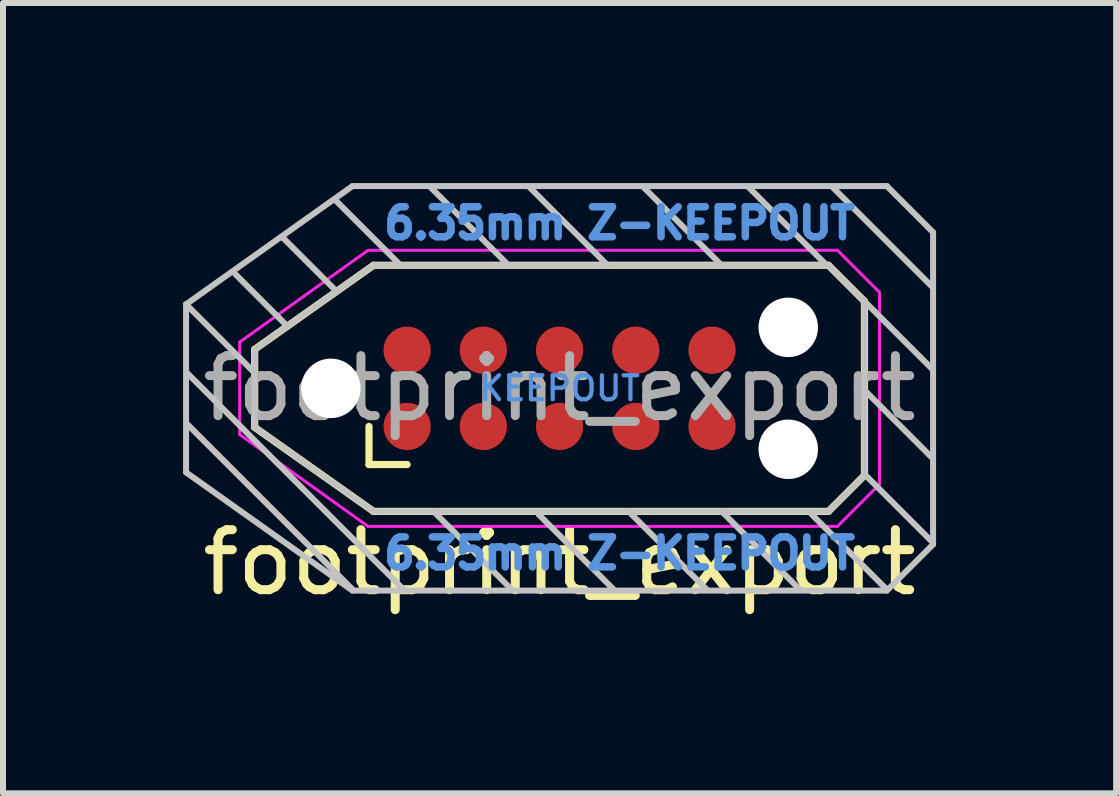
<source format=kicad_pcb>
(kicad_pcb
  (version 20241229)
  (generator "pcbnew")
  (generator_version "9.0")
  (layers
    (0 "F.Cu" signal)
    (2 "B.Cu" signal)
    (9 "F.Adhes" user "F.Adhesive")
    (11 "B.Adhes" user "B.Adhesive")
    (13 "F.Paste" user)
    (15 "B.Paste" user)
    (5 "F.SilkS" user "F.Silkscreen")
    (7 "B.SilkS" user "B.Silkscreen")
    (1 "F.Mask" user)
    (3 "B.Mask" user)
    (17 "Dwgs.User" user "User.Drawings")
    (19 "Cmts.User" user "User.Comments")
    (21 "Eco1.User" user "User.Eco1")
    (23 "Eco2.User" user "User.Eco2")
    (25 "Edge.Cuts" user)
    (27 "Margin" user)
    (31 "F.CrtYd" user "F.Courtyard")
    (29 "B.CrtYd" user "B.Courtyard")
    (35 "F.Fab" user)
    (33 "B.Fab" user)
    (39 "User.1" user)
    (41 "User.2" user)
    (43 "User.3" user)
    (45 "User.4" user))
  (footprint "footprint_export"
    (layer "F.Cu")
    (at 6.273 3.42)
    (property "Reference" "footprint_export" (at 0 2.9 0) (layer "F.SilkS") (effects (font (size 1 1) (thickness 0.15))))
    (attr exclude_from_pos_files exclude_from_bom)
    (fp_line (start -5.08 -0.65) (end -3.1 -2.05) (stroke (width 0.12) (type solid)) (layer "F.SilkS"))
    (fp_line (start -5.08 0.65) (end -5.08 -0.65) (stroke (width 0.12) (type solid)) (layer "F.SilkS"))
    (fp_line (start -3.175 1.27) (end -3.175 0.635) (stroke (width 0.12) (type solid)) (layer "F.SilkS"))
    (fp_line (start -3.1 -2.05) (end 4.48 -2.05) (stroke (width 0.12) (type solid)) (layer "F.SilkS"))
    (fp_line (start -3.1 2.05) (end -5.08 0.65) (stroke (width 0.12) (type solid)) (layer "F.SilkS"))
    (fp_line (start -2.54 1.27) (end -3.175 1.27) (stroke (width 0.12) (type solid)) (layer "F.SilkS"))
    (fp_line (start 4.48 -2.05) (end 5.08 -1.45) (stroke (width 0.12) (type solid)) (layer "F.SilkS"))
    (fp_line (start 4.48 2.05) (end -3.1 2.05) (stroke (width 0.12) (type solid)) (layer "F.SilkS"))
    (fp_line (start 4.48 2.05) (end 5.08 1.45) (stroke (width 0.12) (type solid)) (layer "F.SilkS"))
    (fp_line (start 5.08 -1.45) (end 5.08 1.45) (stroke (width 0.12) (type solid)) (layer "F.SilkS"))
    (fp_line (start -6.223 -1.4) (end -5.1 -0.277) (stroke (width 0.1) (type solid)) (layer "Dwgs.User"))
    (fp_line (start -6.223 -1.4) (end -3.45 -3.37) (stroke (width 0.1) (type solid)) (layer "Dwgs.User"))
    (fp_line (start -6.223 1.4) (end -6.223 -1.4) (stroke (width 0.1) (type solid)) (layer "Dwgs.User"))
    (fp_line (start -6.223 1.4) (end -3.45 3.37) (stroke (width 0.1) (type solid)) (layer "Dwgs.User"))
    (fp_line (start -6.2 -0.25) (end -2.6 3.35) (stroke (width 0.1) (type solid)) (layer "Dwgs.User"))
    (fp_line (start -6.2 0.6) (end -3.45 3.35) (stroke (width 0.1) (type solid)) (layer "Dwgs.User"))
    (fp_line (start -5.4 -1.9) (end -4.55 -1.05) (stroke (width 0.1) (type solid)) (layer "Dwgs.User"))
    (fp_line (start -5.08 -0.65) (end -3.1 -2.05) (stroke (width 0.1) (type solid)) (layer "Dwgs.User"))
    (fp_line (start -5.08 0.65) (end -5.08 -0.65) (stroke (width 0.1) (type solid)) (layer "Dwgs.User"))
    (fp_line (start -4.6 -2.5) (end -3.75 -1.65) (stroke (width 0.1) (type solid)) (layer "Dwgs.User"))
    (fp_line (start -3.75 -3.15) (end -2.65 -2.05) (stroke (width 0.1) (type solid)) (layer "Dwgs.User"))
    (fp_line (start -3.45 -3.37) (end 5.453 -3.37) (stroke (width 0.1) (type solid)) (layer "Dwgs.User"))
    (fp_line (start -3.1 -2.05) (end 4.48 -2.05) (stroke (width 0.1) (type solid)) (layer "Dwgs.User"))
    (fp_line (start -3.1 2.05) (end -5.08 0.65) (stroke (width 0.1) (type solid)) (layer "Dwgs.User"))
    (fp_line (start -2.15 -3.35) (end -0.85 -2.05) (stroke (width 0.1) (type solid)) (layer "Dwgs.User"))
    (fp_line (start -2.1 2.05) (end -0.8 3.35) (stroke (width 0.1) (type solid)) (layer "Dwgs.User"))
    (fp_line (start -0.5 -3.35) (end 0.8 -2.05) (stroke (width 0.1) (type solid)) (layer "Dwgs.User"))
    (fp_line (start -0.35 2.1) (end 0.9 3.35) (stroke (width 0.1) (type solid)) (layer "Dwgs.User"))
    (fp_line (start 1.15 2.05) (end 2.45 3.35) (stroke (width 0.1) (type solid)) (layer "Dwgs.User"))
    (fp_line (start 1.4 -3.35) (end 2.7 -2.05) (stroke (width 0.1) (type solid)) (layer "Dwgs.User"))
    (fp_line (start 2.7 2.05) (end 4 3.35) (stroke (width 0.1) (type solid)) (layer "Dwgs.User"))
    (fp_line (start 3.15 -3.35) (end 4.4 -2.1) (stroke (width 0.1) (type solid)) (layer "Dwgs.User"))
    (fp_line (start 4.2 2.1) (end 5.45 3.35) (stroke (width 0.1) (type solid)) (layer "Dwgs.User"))
    (fp_line (start 4.4 -2.1) (end 4.45 -2.05) (stroke (width 0.1) (type solid)) (layer "Dwgs.User"))
    (fp_line (start 4.48 -2.05) (end 5.08 -1.45) (stroke (width 0.1) (type solid)) (layer "Dwgs.User"))
    (fp_line (start 4.48 2.05) (end -3.1 2.05) (stroke (width 0.1) (type solid)) (layer "Dwgs.User"))
    (fp_line (start 4.48 2.05) (end 5.08 1.45) (stroke (width 0.1) (type solid)) (layer "Dwgs.User"))
    (fp_line (start 4.55 -3.35) (end 6.2 -1.7) (stroke (width 0.1) (type solid)) (layer "Dwgs.User"))
    (fp_line (start 5.08 -1.45) (end 5.08 1.45) (stroke (width 0.1) (type solid)) (layer "Dwgs.User"))
    (fp_line (start 5.08 -1.45) (end 6.2 -0.33) (stroke (width 0.1) (type solid)) (layer "Dwgs.User"))
    (fp_line (start 5.1 0.05) (end 6.2 1.15) (stroke (width 0.1) (type solid)) (layer "Dwgs.User"))
    (fp_line (start 5.1 1.45) (end 6.2 2.55) (stroke (width 0.1) (type solid)) (layer "Dwgs.User"))
    (fp_line (start 5.453 -3.37) (end 6.223 -2.6) (stroke (width 0.1) (type solid)) (layer "Dwgs.User"))
    (fp_line (start 5.453 3.37) (end -3.45 3.37) (stroke (width 0.1) (type solid)) (layer "Dwgs.User"))
    (fp_line (start 5.453 3.37) (end 6.223 2.6) (stroke (width 0.1) (type solid)) (layer "Dwgs.User"))
    (fp_line (start 6.223 -2.6) (end 6.223 2.6) (stroke (width 0.1) (type solid)) (layer "Dwgs.User"))
    (fp_line (start -5.33 -0.77) (end -3.19 -2.3) (stroke (width 0.05) (type solid)) (layer "F.CrtYd"))
    (fp_line (start -5.33 0.77) (end -5.33 -0.77) (stroke (width 0.05) (type solid)) (layer "F.CrtYd"))
    (fp_line (start -3.19 -2.3) (end 4.63 -2.3) (stroke (width 0.05) (type solid)) (layer "F.CrtYd"))
    (fp_line (start -3.19 2.3) (end -5.33 0.77) (stroke (width 0.05) (type solid)) (layer "F.CrtYd"))
    (fp_line (start 4.63 -2.3) (end 5.33 -1.6) (stroke (width 0.05) (type solid)) (layer "F.CrtYd"))
    (fp_line (start 4.63 2.3) (end -3.19 2.3) (stroke (width 0.05) (type solid)) (layer "F.CrtYd"))
    (fp_line (start 4.63 2.3) (end 5.33 1.6) (stroke (width 0.05) (type solid)) (layer "F.CrtYd"))
    (fp_line (start 5.33 -1.6) (end 5.33 1.6) (stroke (width 0.05) (type solid)) (layer "F.CrtYd"))
    (fp_text user "KEEPOUT" (at 0 0 0) (layer "Cmts.User") (effects (font (size 0.4 0.4) (thickness 0.07))))
    (fp_text user "6.35mm Z-KEEPOUT" (at 1 2.75 0) (layer "Cmts.User") (effects (font (size 0.5 0.5) (thickness 0.125))))
    (fp_text user "6.35mm Z-KEEPOUT" (at 1 -2.75 0) (layer "Cmts.User") (effects (font (size 0.5 0.5) (thickness 0.125))))
    (fp_text user "${REFERENCE}" (at 0 0 0) (layer "F.Fab") (effects (font (size 1 1) (thickness 0.15))))
    (pad "" np_thru_hole circle (at -3.81 0) (size 0.991 0.991) (drill 0.991) (layers "*.Cu" "*.Mask"))
    (pad "" np_thru_hole circle (at 3.81 -1.016) (size 0.991 0.991) (drill 0.991) (layers "*.Cu" "*.Mask"))
    (pad "" np_thru_hole circle (at 3.81 1.016) (size 0.991 0.991) (drill 0.991) (layers "*.Cu" "*.Mask"))
    (pad "1" connect circle (at -2.54 0.635) (size 0.787 0.787) (layers "F.Cu" "F.Mask"))
    (pad "2" connect circle (at -1.27 0.635) (size 0.787 0.787) (layers "F.Cu" "F.Mask"))
    (pad "3" connect circle (at 0 0.635) (size 0.787 0.787) (layers "F.Cu" "F.Mask"))
    (pad "4" connect circle (at 1.27 0.635) (size 0.787 0.787) (layers "F.Cu" "F.Mask"))
    (pad "5" connect circle (at 2.54 0.635) (size 0.787 0.787) (layers "F.Cu" "F.Mask"))
    (pad "6" connect circle (at 2.54 -0.635) (size 0.787 0.787) (layers "F.Cu" "F.Mask"))
    (pad "7" connect circle (at 1.27 -0.635) (size 0.787 0.787) (layers "F.Cu" "F.Mask"))
    (pad "8" connect circle (at 0 -0.635) (size 0.787 0.787) (layers "F.Cu" "F.Mask"))
    (pad "9" connect circle (at -1.27 -0.635) (size 0.787 0.787) (layers "F.Cu" "F.Mask"))
    (pad "10" connect circle (at -2.54 -0.635) (size 0.787 0.787) (layers "F.Cu" "F.Mask"))
    (zone (net_name "") (layer "F.Cu") (hatch full 0.508) (connect_pads) (min_thickness 0.254) (filled_areas_thickness no) (keepout (tracks allowed) (vias not_allowed) (pads allowed) (copperpour not_allowed) (footprints not_allowed)) (placement (enabled no)) (fill) (polygon (pts (xy 3.733 4.055) (xy 8.813 4.055) (xy 8.813 2.785) (xy 3.733 2.785)))))
  (gr_rect
    (start -3 -3)
    (end 15.546 10.168)
    (stroke (width 0.1) (type default))
    (fill no)
    (layer "Edge.Cuts")))
</source>
